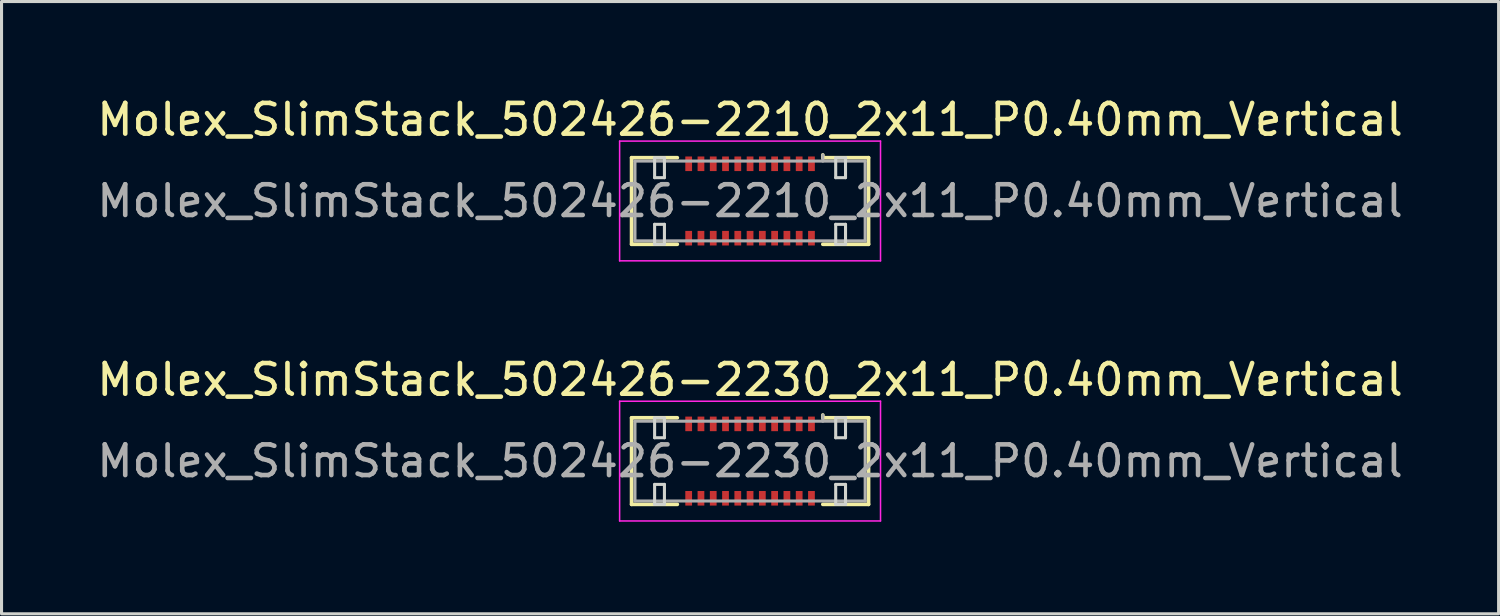
<source format=kicad_pcb>
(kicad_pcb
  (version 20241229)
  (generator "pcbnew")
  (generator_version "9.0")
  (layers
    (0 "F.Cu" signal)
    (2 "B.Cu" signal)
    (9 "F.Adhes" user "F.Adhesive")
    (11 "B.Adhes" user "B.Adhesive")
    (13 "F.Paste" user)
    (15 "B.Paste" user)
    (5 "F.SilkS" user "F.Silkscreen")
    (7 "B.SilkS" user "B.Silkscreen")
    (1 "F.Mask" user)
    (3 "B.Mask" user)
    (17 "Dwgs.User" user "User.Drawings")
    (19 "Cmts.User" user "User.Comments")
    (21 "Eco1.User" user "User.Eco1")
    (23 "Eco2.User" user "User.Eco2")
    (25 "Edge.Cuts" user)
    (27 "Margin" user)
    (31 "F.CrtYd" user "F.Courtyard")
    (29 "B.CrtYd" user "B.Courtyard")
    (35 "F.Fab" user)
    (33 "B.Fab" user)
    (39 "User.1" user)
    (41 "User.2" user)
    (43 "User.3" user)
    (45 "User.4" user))
  (footprint "Molex_SlimStack_502426-2230_2x11_P0.40mm_Vertical"
    (layer "F.Cu")
    (at 21.387 11.972)
    (property "Reference" "Molex_SlimStack_502426-2230_2x11_P0.40mm_Vertical" (at 0 -2.65 0) (layer "F.SilkS") (effects (font (size 1 1) (thickness 0.15))))
    (attr smd)
    (fp_line (start -3.86 -1.41) (end -2.37 -1.41) (stroke (width 0.12) (type solid)) (layer "F.SilkS"))
    (fp_line (start -3.86 1.41) (end -3.86 -1.41) (stroke (width 0.12) (type solid)) (layer "F.SilkS"))
    (fp_line (start -2.37 1.41) (end -3.86 1.41) (stroke (width 0.12) (type solid)) (layer "F.SilkS"))
    (fp_line (start 2.37 -1.41) (end 2.37 -1.5) (stroke (width 0.12) (type solid)) (layer "F.SilkS"))
    (fp_line (start 2.37 1.41) (end 3.86 1.41) (stroke (width 0.12) (type solid)) (layer "F.SilkS"))
    (fp_line (start 3.86 -1.41) (end 2.37 -1.41) (stroke (width 0.12) (type solid)) (layer "F.SilkS"))
    (fp_line (start 3.86 1.41) (end 3.86 -1.41) (stroke (width 0.12) (type solid)) (layer "F.SilkS"))
    (fp_line (start -3.11 -1.41) (end -3.11 -0.76) (stroke (width 0.1) (type solid)) (layer "Edge.Cuts"))
    (fp_line (start -3.11 -0.76) (end -2.79 -0.76) (stroke (width 0.1) (type solid)) (layer "Edge.Cuts"))
    (fp_line (start -3.11 0.76) (end -3.11 1.41) (stroke (width 0.1) (type solid)) (layer "Edge.Cuts"))
    (fp_line (start -3.11 1.41) (end -2.79 1.41) (stroke (width 0.1) (type solid)) (layer "Edge.Cuts"))
    (fp_line (start -2.79 -1.41) (end -3.11 -1.41) (stroke (width 0.1) (type solid)) (layer "Edge.Cuts"))
    (fp_line (start -2.79 -0.76) (end -2.79 -1.41) (stroke (width 0.1) (type solid)) (layer "Edge.Cuts"))
    (fp_line (start -2.79 0.76) (end -3.11 0.76) (stroke (width 0.1) (type solid)) (layer "Edge.Cuts"))
    (fp_line (start -2.79 1.41) (end -2.79 0.76) (stroke (width 0.1) (type solid)) (layer "Edge.Cuts"))
    (fp_line (start 2.79 -1.41) (end 2.79 -0.76) (stroke (width 0.1) (type solid)) (layer "Edge.Cuts"))
    (fp_line (start 2.79 -0.76) (end 3.11 -0.76) (stroke (width 0.1) (type solid)) (layer "Edge.Cuts"))
    (fp_line (start 2.79 0.76) (end 2.79 1.41) (stroke (width 0.1) (type solid)) (layer "Edge.Cuts"))
    (fp_line (start 2.79 1.41) (end 3.11 1.41) (stroke (width 0.1) (type solid)) (layer "Edge.Cuts"))
    (fp_line (start 3.11 -1.41) (end 2.79 -1.41) (stroke (width 0.1) (type solid)) (layer "Edge.Cuts"))
    (fp_line (start 3.11 -0.76) (end 3.11 -1.41) (stroke (width 0.1) (type solid)) (layer "Edge.Cuts"))
    (fp_line (start 3.11 0.76) (end 2.79 0.76) (stroke (width 0.1) (type solid)) (layer "Edge.Cuts"))
    (fp_line (start 3.11 1.41) (end 3.11 0.76) (stroke (width 0.1) (type solid)) (layer "Edge.Cuts"))
    (fp_line (start -4.25 -1.95) (end -4.25 1.95) (stroke (width 0.05) (type solid)) (layer "F.CrtYd"))
    (fp_line (start -4.25 1.95) (end 4.25 1.95) (stroke (width 0.05) (type solid)) (layer "F.CrtYd"))
    (fp_line (start 4.25 -1.95) (end -4.25 -1.95) (stroke (width 0.05) (type solid)) (layer "F.CrtYd"))
    (fp_line (start 4.25 1.95) (end 4.25 -1.95) (stroke (width 0.05) (type solid)) (layer "F.CrtYd"))
    (fp_line (start -3.75 -1.3) (end -3.75 1.3) (stroke (width 0.1) (type solid)) (layer "F.Fab"))
    (fp_line (start -3.75 1.3) (end 3.75 1.3) (stroke (width 0.1) (type solid)) (layer "F.Fab"))
    (fp_line (start 2.37 -1.3) (end 2.37 -1.5) (stroke (width 0.1) (type solid)) (layer "F.Fab"))
    (fp_line (start 3.75 -1.3) (end -3.75 -1.3) (stroke (width 0.1) (type solid)) (layer "F.Fab"))
    (fp_line (start 3.75 1.3) (end 3.75 -1.3) (stroke (width 0.1) (type solid)) (layer "F.Fab"))
    (fp_text user "${REFERENCE}" (at 0 0 0) (layer "F.Fab") (effects (font (size 1 1) (thickness 0.15))))
    (pad "1" smd rect (at 2 -1.212) (size 0.22 0.475) (layers "F.Cu" "F.Mask" "F.Paste"))
    (pad "2" smd rect (at 2 1.212) (size 0.22 0.475) (layers "F.Cu" "F.Mask" "F.Paste"))
    (pad "3" smd rect (at 1.6 -1.212) (size 0.22 0.475) (layers "F.Cu" "F.Mask" "F.Paste"))
    (pad "4" smd rect (at 1.6 1.212) (size 0.22 0.475) (layers "F.Cu" "F.Mask" "F.Paste"))
    (pad "5" smd rect (at 1.2 -1.212) (size 0.22 0.475) (layers "F.Cu" "F.Mask" "F.Paste"))
    (pad "6" smd rect (at 1.2 1.212) (size 0.22 0.475) (layers "F.Cu" "F.Mask" "F.Paste"))
    (pad "7" smd rect (at 0.8 -1.212) (size 0.22 0.475) (layers "F.Cu" "F.Mask" "F.Paste"))
    (pad "8" smd rect (at 0.8 1.212) (size 0.22 0.475) (layers "F.Cu" "F.Mask" "F.Paste"))
    (pad "9" smd rect (at 0.4 -1.212) (size 0.22 0.475) (layers "F.Cu" "F.Mask" "F.Paste"))
    (pad "10" smd rect (at 0.4 1.212) (size 0.22 0.475) (layers "F.Cu" "F.Mask" "F.Paste"))
    (pad "11" smd rect (at 0 -1.212) (size 0.22 0.475) (layers "F.Cu" "F.Mask" "F.Paste"))
    (pad "12" smd rect (at 0 1.212) (size 0.22 0.475) (layers "F.Cu" "F.Mask" "F.Paste"))
    (pad "13" smd rect (at -0.4 -1.212) (size 0.22 0.475) (layers "F.Cu" "F.Mask" "F.Paste"))
    (pad "14" smd rect (at -0.4 1.212) (size 0.22 0.475) (layers "F.Cu" "F.Mask" "F.Paste"))
    (pad "15" smd rect (at -0.8 -1.212) (size 0.22 0.475) (layers "F.Cu" "F.Mask" "F.Paste"))
    (pad "16" smd rect (at -0.8 1.212) (size 0.22 0.475) (layers "F.Cu" "F.Mask" "F.Paste"))
    (pad "17" smd rect (at -1.2 -1.212) (size 0.22 0.475) (layers "F.Cu" "F.Mask" "F.Paste"))
    (pad "18" smd rect (at -1.2 1.212) (size 0.22 0.475) (layers "F.Cu" "F.Mask" "F.Paste"))
    (pad "19" smd rect (at -1.6 -1.212) (size 0.22 0.475) (layers "F.Cu" "F.Mask" "F.Paste"))
    (pad "20" smd rect (at -1.6 1.212) (size 0.22 0.475) (layers "F.Cu" "F.Mask" "F.Paste"))
    (pad "21" smd rect (at -2 -1.212) (size 0.22 0.475) (layers "F.Cu" "F.Mask" "F.Paste"))
    (pad "22" smd rect (at -2 1.212) (size 0.22 0.475) (layers "F.Cu" "F.Mask" "F.Paste")))
  (footprint "Molex_SlimStack_502426-2210_2x11_P0.40mm_Vertical"
    (layer "F.Cu")
    (at 21.387 3.498)
    (property "Reference" "Molex_SlimStack_502426-2210_2x11_P0.40mm_Vertical" (at 0 -2.65 0) (layer "F.SilkS") (effects (font (size 1 1) (thickness 0.15))))
    (attr smd)
    (fp_line (start -3.86 -1.41) (end -2.37 -1.41) (stroke (width 0.12) (type solid)) (layer "F.SilkS"))
    (fp_line (start -3.86 1.41) (end -3.86 -1.41) (stroke (width 0.12) (type solid)) (layer "F.SilkS"))
    (fp_line (start -2.37 1.41) (end -3.86 1.41) (stroke (width 0.12) (type solid)) (layer "F.SilkS"))
    (fp_line (start 2.37 -1.41) (end 2.37 -1.5) (stroke (width 0.12) (type solid)) (layer "F.SilkS"))
    (fp_line (start 2.37 1.41) (end 3.86 1.41) (stroke (width 0.12) (type solid)) (layer "F.SilkS"))
    (fp_line (start 3.86 -1.41) (end 2.37 -1.41) (stroke (width 0.12) (type solid)) (layer "F.SilkS"))
    (fp_line (start 3.86 1.41) (end 3.86 -1.41) (stroke (width 0.12) (type solid)) (layer "F.SilkS"))
    (fp_line (start -3.11 -1.41) (end -3.11 -0.76) (stroke (width 0.1) (type solid)) (layer "Edge.Cuts"))
    (fp_line (start -3.11 -0.76) (end -2.79 -0.76) (stroke (width 0.1) (type solid)) (layer "Edge.Cuts"))
    (fp_line (start -3.11 0.76) (end -3.11 1.41) (stroke (width 0.1) (type solid)) (layer "Edge.Cuts"))
    (fp_line (start -3.11 1.41) (end -2.79 1.41) (stroke (width 0.1) (type solid)) (layer "Edge.Cuts"))
    (fp_line (start -2.79 -1.41) (end -3.11 -1.41) (stroke (width 0.1) (type solid)) (layer "Edge.Cuts"))
    (fp_line (start -2.79 -0.76) (end -2.79 -1.41) (stroke (width 0.1) (type solid)) (layer "Edge.Cuts"))
    (fp_line (start -2.79 0.76) (end -3.11 0.76) (stroke (width 0.1) (type solid)) (layer "Edge.Cuts"))
    (fp_line (start -2.79 1.41) (end -2.79 0.76) (stroke (width 0.1) (type solid)) (layer "Edge.Cuts"))
    (fp_line (start 2.79 -1.41) (end 2.79 -0.76) (stroke (width 0.1) (type solid)) (layer "Edge.Cuts"))
    (fp_line (start 2.79 -0.76) (end 3.11 -0.76) (stroke (width 0.1) (type solid)) (layer "Edge.Cuts"))
    (fp_line (start 2.79 0.76) (end 2.79 1.41) (stroke (width 0.1) (type solid)) (layer "Edge.Cuts"))
    (fp_line (start 2.79 1.41) (end 3.11 1.41) (stroke (width 0.1) (type solid)) (layer "Edge.Cuts"))
    (fp_line (start 3.11 -1.41) (end 2.79 -1.41) (stroke (width 0.1) (type solid)) (layer "Edge.Cuts"))
    (fp_line (start 3.11 -0.76) (end 3.11 -1.41) (stroke (width 0.1) (type solid)) (layer "Edge.Cuts"))
    (fp_line (start 3.11 0.76) (end 2.79 0.76) (stroke (width 0.1) (type solid)) (layer "Edge.Cuts"))
    (fp_line (start 3.11 1.41) (end 3.11 0.76) (stroke (width 0.1) (type solid)) (layer "Edge.Cuts"))
    (fp_line (start -4.25 -1.95) (end -4.25 1.95) (stroke (width 0.05) (type solid)) (layer "F.CrtYd"))
    (fp_line (start -4.25 1.95) (end 4.25 1.95) (stroke (width 0.05) (type solid)) (layer "F.CrtYd"))
    (fp_line (start 4.25 -1.95) (end -4.25 -1.95) (stroke (width 0.05) (type solid)) (layer "F.CrtYd"))
    (fp_line (start 4.25 1.95) (end 4.25 -1.95) (stroke (width 0.05) (type solid)) (layer "F.CrtYd"))
    (fp_line (start -3.75 -1.3) (end -3.75 1.3) (stroke (width 0.1) (type solid)) (layer "F.Fab"))
    (fp_line (start -3.75 1.3) (end 3.75 1.3) (stroke (width 0.1) (type solid)) (layer "F.Fab"))
    (fp_line (start 2.37 -1.3) (end 2.37 -1.5) (stroke (width 0.1) (type solid)) (layer "F.Fab"))
    (fp_line (start 3.75 -1.3) (end -3.75 -1.3) (stroke (width 0.1) (type solid)) (layer "F.Fab"))
    (fp_line (start 3.75 1.3) (end 3.75 -1.3) (stroke (width 0.1) (type solid)) (layer "F.Fab"))
    (fp_text user "${REFERENCE}" (at 0 0 0) (layer "F.Fab") (effects (font (size 1 1) (thickness 0.15))))
    (pad "1" smd rect (at 2 -1.212) (size 0.22 0.475) (layers "F.Cu" "F.Mask" "F.Paste"))
    (pad "2" smd rect (at 2 1.212) (size 0.22 0.475) (layers "F.Cu" "F.Mask" "F.Paste"))
    (pad "3" smd rect (at 1.6 -1.212) (size 0.22 0.475) (layers "F.Cu" "F.Mask" "F.Paste"))
    (pad "4" smd rect (at 1.6 1.212) (size 0.22 0.475) (layers "F.Cu" "F.Mask" "F.Paste"))
    (pad "5" smd rect (at 1.2 -1.212) (size 0.22 0.475) (layers "F.Cu" "F.Mask" "F.Paste"))
    (pad "6" smd rect (at 1.2 1.212) (size 0.22 0.475) (layers "F.Cu" "F.Mask" "F.Paste"))
    (pad "7" smd rect (at 0.8 -1.212) (size 0.22 0.475) (layers "F.Cu" "F.Mask" "F.Paste"))
    (pad "8" smd rect (at 0.8 1.212) (size 0.22 0.475) (layers "F.Cu" "F.Mask" "F.Paste"))
    (pad "9" smd rect (at 0.4 -1.212) (size 0.22 0.475) (layers "F.Cu" "F.Mask" "F.Paste"))
    (pad "10" smd rect (at 0.4 1.212) (size 0.22 0.475) (layers "F.Cu" "F.Mask" "F.Paste"))
    (pad "11" smd rect (at 0 -1.212) (size 0.22 0.475) (layers "F.Cu" "F.Mask" "F.Paste"))
    (pad "12" smd rect (at 0 1.212) (size 0.22 0.475) (layers "F.Cu" "F.Mask" "F.Paste"))
    (pad "13" smd rect (at -0.4 -1.212) (size 0.22 0.475) (layers "F.Cu" "F.Mask" "F.Paste"))
    (pad "14" smd rect (at -0.4 1.212) (size 0.22 0.475) (layers "F.Cu" "F.Mask" "F.Paste"))
    (pad "15" smd rect (at -0.8 -1.212) (size 0.22 0.475) (layers "F.Cu" "F.Mask" "F.Paste"))
    (pad "16" smd rect (at -0.8 1.212) (size 0.22 0.475) (layers "F.Cu" "F.Mask" "F.Paste"))
    (pad "17" smd rect (at -1.2 -1.212) (size 0.22 0.475) (layers "F.Cu" "F.Mask" "F.Paste"))
    (pad "18" smd rect (at -1.2 1.212) (size 0.22 0.475) (layers "F.Cu" "F.Mask" "F.Paste"))
    (pad "19" smd rect (at -1.6 -1.212) (size 0.22 0.475) (layers "F.Cu" "F.Mask" "F.Paste"))
    (pad "20" smd rect (at -1.6 1.212) (size 0.22 0.475) (layers "F.Cu" "F.Mask" "F.Paste"))
    (pad "21" smd rect (at -2 -1.212) (size 0.22 0.475) (layers "F.Cu" "F.Mask" "F.Paste"))
    (pad "22" smd rect (at -2 1.212) (size 0.22 0.475) (layers "F.Cu" "F.Mask" "F.Paste")))
  (gr_rect
    (start -3 -3)
    (end 45.774 16.947)
    (stroke (width 0.1) (type default))
    (fill no)
    (layer "Edge.Cuts")))
</source>
